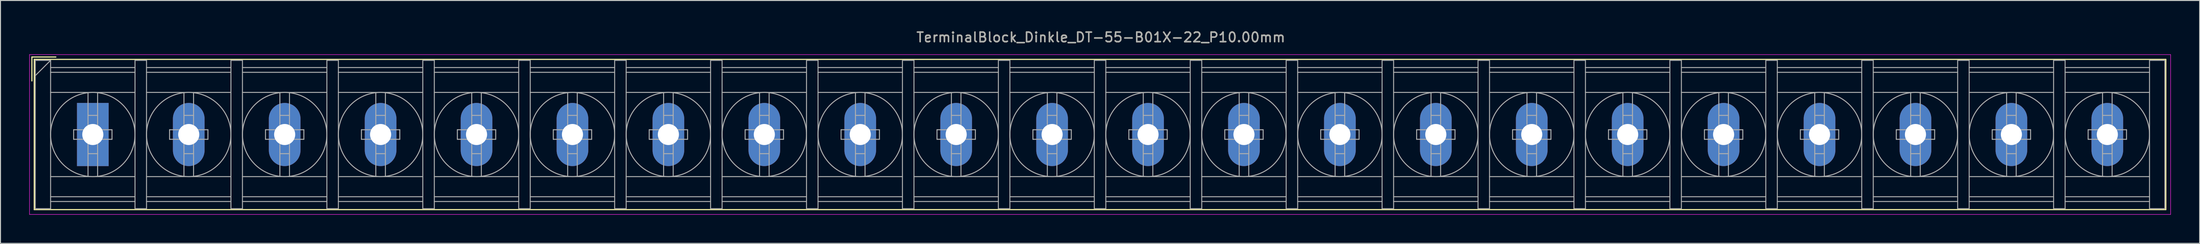
<source format=kicad_pcb>
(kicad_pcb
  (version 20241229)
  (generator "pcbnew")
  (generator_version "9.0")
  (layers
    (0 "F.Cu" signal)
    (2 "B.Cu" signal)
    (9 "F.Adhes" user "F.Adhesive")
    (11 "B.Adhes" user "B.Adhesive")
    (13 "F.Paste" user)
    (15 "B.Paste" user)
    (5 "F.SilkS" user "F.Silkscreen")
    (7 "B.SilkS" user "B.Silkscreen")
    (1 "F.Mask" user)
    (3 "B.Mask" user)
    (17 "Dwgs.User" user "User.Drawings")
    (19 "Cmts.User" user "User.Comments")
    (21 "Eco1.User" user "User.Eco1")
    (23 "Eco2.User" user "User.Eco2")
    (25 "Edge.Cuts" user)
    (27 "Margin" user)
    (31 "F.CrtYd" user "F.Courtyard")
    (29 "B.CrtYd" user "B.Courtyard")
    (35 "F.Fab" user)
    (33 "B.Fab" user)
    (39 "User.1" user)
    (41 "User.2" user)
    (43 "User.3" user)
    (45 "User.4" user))
  (footprint "TerminalBlock_Dinkle_DT-55-B01X-22_P10.00mm"
    (layer "F.Cu")
    (at 6.625 11.008)
    (property "Reference" "TerminalBlock_Dinkle_DT-55-B01X-22_P10.00mm" (at 105.08 -10.16 0) (layer "F.SilkS") (effects (font (size 1 1) (thickness 0.15))))
    (attr through_hole)
    (fp_line (start -6.35 -8.1) (end -3.85 -8.1) (stroke (width 0.12) (type solid)) (layer "F.SilkS"))
    (fp_line (start -6.35 -5.6) (end -6.35 -8.1) (stroke (width 0.12) (type solid)) (layer "F.SilkS"))
    (fp_line (start -6.1 -7.85) (end 216.1 -7.85) (stroke (width 0.12) (type solid)) (layer "F.SilkS"))
    (fp_line (start -6.1 7.85) (end -6.1 -7.85) (stroke (width 0.12) (type solid)) (layer "F.SilkS"))
    (fp_line (start -6.1 7.85) (end 216.1 7.85) (stroke (width 0.12) (type solid)) (layer "F.SilkS"))
    (fp_line (start 216.1 -7.85) (end 216.1 7.85) (stroke (width 0.12) (type solid)) (layer "F.SilkS"))
    (fp_line (start -6.6 -8.35) (end 216.6 -8.35) (stroke (width 0.05) (type solid)) (layer "F.CrtYd"))
    (fp_line (start -6.6 8.35) (end -6.6 -8.35) (stroke (width 0.05) (type solid)) (layer "F.CrtYd"))
    (fp_line (start -6.6 8.35) (end 216.6 8.35) (stroke (width 0.05) (type solid)) (layer "F.CrtYd"))
    (fp_line (start 216.6 -8.35) (end 216.6 8.35) (stroke (width 0.05) (type solid)) (layer "F.CrtYd"))
    (fp_line (start -6 -7.75) (end -6 7.75) (stroke (width 0.1) (type solid)) (layer "F.Fab"))
    (fp_line (start -6 -7.75) (end -4.4 -7.75) (stroke (width 0.1) (type solid)) (layer "F.Fab"))
    (fp_line (start -6 7.75) (end -4.4 7.75) (stroke (width 0.1) (type solid)) (layer "F.Fab"))
    (fp_line (start -4.4 -7.75) (end -6 -6.15) (stroke (width 0.1) (type solid)) (layer "F.Fab"))
    (fp_line (start -4.4 -7.75) (end -4.4 7.75) (stroke (width 0.1) (type solid)) (layer "F.Fab"))
    (fp_line (start -4.4 -7) (end 4.4 -7) (stroke (width 0.1) (type solid)) (layer "F.Fab"))
    (fp_line (start -4.4 -6.5) (end 4.4 -6.5) (stroke (width 0.1) (type solid)) (layer "F.Fab"))
    (fp_line (start -4.4 -4.4) (end 4.4 -4.4) (stroke (width 0.1) (type solid)) (layer "F.Fab"))
    (fp_line (start -4.4 4.4) (end 4.4 4.4) (stroke (width 0.1) (type solid)) (layer "F.Fab"))
    (fp_line (start -4.4 6.5) (end 4.4 6.5) (stroke (width 0.1) (type solid)) (layer "F.Fab"))
    (fp_line (start -4.4 7) (end 4.4 7) (stroke (width 0.1) (type solid)) (layer "F.Fab"))
    (fp_line (start -2 -0.5) (end -2 0.5) (stroke (width 0.1) (type solid)) (layer "F.Fab"))
    (fp_line (start -2 0.5) (end -0.5 0.5) (stroke (width 0.1) (type solid)) (layer "F.Fab"))
    (fp_line (start -0.5 -4.35) (end -0.5 -0.5) (stroke (width 0.1) (type solid)) (layer "F.Fab"))
    (fp_line (start -0.5 -2) (end 0.5 -2) (stroke (width 0.1) (type solid)) (layer "F.Fab"))
    (fp_line (start -0.5 -0.5) (end -2 -0.5) (stroke (width 0.1) (type solid)) (layer "F.Fab"))
    (fp_line (start -0.5 0.5) (end -0.5 4.35) (stroke (width 0.1) (type solid)) (layer "F.Fab"))
    (fp_line (start -0.5 2) (end 0.5 2) (stroke (width 0.1) (type solid)) (layer "F.Fab"))
    (fp_line (start 0.5 -4.35) (end 0.5 -0.5) (stroke (width 0.1) (type solid)) (layer "F.Fab"))
    (fp_line (start 0.5 -0.5) (end 2 -0.5) (stroke (width 0.1) (type solid)) (layer "F.Fab"))
    (fp_line (start 0.5 0.5) (end 0.5 4.35) (stroke (width 0.1) (type solid)) (layer "F.Fab"))
    (fp_line (start 2 -0.5) (end 2 0.5) (stroke (width 0.1) (type solid)) (layer "F.Fab"))
    (fp_line (start 2 0.5) (end 0.5 0.5) (stroke (width 0.1) (type solid)) (layer "F.Fab"))
    (fp_line (start 4.4 -7.75) (end 4.4 7.75) (stroke (width 0.1) (type solid)) (layer "F.Fab"))
    (fp_line (start 4.4 -7.75) (end 5.6 -7.75) (stroke (width 0.1) (type solid)) (layer "F.Fab"))
    (fp_line (start 4.4 7.75) (end 5.6 7.75) (stroke (width 0.1) (type solid)) (layer "F.Fab"))
    (fp_line (start 5.6 -7.75) (end 5.6 7.75) (stroke (width 0.1) (type solid)) (layer "F.Fab"))
    (fp_line (start 5.6 -7) (end 14.4 -7) (stroke (width 0.1) (type solid)) (layer "F.Fab"))
    (fp_line (start 5.6 -6.5) (end 14.4 -6.5) (stroke (width 0.1) (type solid)) (layer "F.Fab"))
    (fp_line (start 5.6 -4.4) (end 14.4 -4.4) (stroke (width 0.1) (type solid)) (layer "F.Fab"))
    (fp_line (start 5.6 4.4) (end 14.4 4.4) (stroke (width 0.1) (type solid)) (layer "F.Fab"))
    (fp_line (start 5.6 6.5) (end 14.4 6.5) (stroke (width 0.1) (type solid)) (layer "F.Fab"))
    (fp_line (start 5.6 7) (end 14.4 7) (stroke (width 0.1) (type solid)) (layer "F.Fab"))
    (fp_line (start 8 -0.5) (end 8 0.5) (stroke (width 0.1) (type solid)) (layer "F.Fab"))
    (fp_line (start 8 0.5) (end 9.5 0.5) (stroke (width 0.1) (type solid)) (layer "F.Fab"))
    (fp_line (start 9.5 -4.35) (end 9.5 -0.5) (stroke (width 0.1) (type solid)) (layer "F.Fab"))
    (fp_line (start 9.5 -2) (end 10.5 -2) (stroke (width 0.1) (type solid)) (layer "F.Fab"))
    (fp_line (start 9.5 -0.5) (end 8 -0.5) (stroke (width 0.1) (type solid)) (layer "F.Fab"))
    (fp_line (start 9.5 0.5) (end 9.5 4.35) (stroke (width 0.1) (type solid)) (layer "F.Fab"))
    (fp_line (start 9.5 2) (end 10.5 2) (stroke (width 0.1) (type solid)) (layer "F.Fab"))
    (fp_line (start 10.5 -4.35) (end 10.5 -0.5) (stroke (width 0.1) (type solid)) (layer "F.Fab"))
    (fp_line (start 10.5 -0.5) (end 12 -0.5) (stroke (width 0.1) (type solid)) (layer "F.Fab"))
    (fp_line (start 10.5 0.5) (end 10.5 4.35) (stroke (width 0.1) (type solid)) (layer "F.Fab"))
    (fp_line (start 12 -0.5) (end 12 0.5) (stroke (width 0.1) (type solid)) (layer "F.Fab"))
    (fp_line (start 12 0.5) (end 10.5 0.5) (stroke (width 0.1) (type solid)) (layer "F.Fab"))
    (fp_line (start 14.4 -7.75) (end 14.4 7.75) (stroke (width 0.1) (type solid)) (layer "F.Fab"))
    (fp_line (start 14.4 -7.75) (end 15.6 -7.75) (stroke (width 0.1) (type solid)) (layer "F.Fab"))
    (fp_line (start 14.4 7.75) (end 15.6 7.75) (stroke (width 0.1) (type solid)) (layer "F.Fab"))
    (fp_line (start 15.6 -7.75) (end 15.6 7.75) (stroke (width 0.1) (type solid)) (layer "F.Fab"))
    (fp_line (start 15.6 -7) (end 24.4 -7) (stroke (width 0.1) (type solid)) (layer "F.Fab"))
    (fp_line (start 15.6 -6.5) (end 24.4 -6.5) (stroke (width 0.1) (type solid)) (layer "F.Fab"))
    (fp_line (start 15.6 -4.4) (end 24.4 -4.4) (stroke (width 0.1) (type solid)) (layer "F.Fab"))
    (fp_line (start 15.6 4.4) (end 24.4 4.4) (stroke (width 0.1) (type solid)) (layer "F.Fab"))
    (fp_line (start 15.6 6.5) (end 24.4 6.5) (stroke (width 0.1) (type solid)) (layer "F.Fab"))
    (fp_line (start 15.6 7) (end 24.4 7) (stroke (width 0.1) (type solid)) (layer "F.Fab"))
    (fp_line (start 18 -0.5) (end 18 0.5) (stroke (width 0.1) (type solid)) (layer "F.Fab"))
    (fp_line (start 18 0.5) (end 19.5 0.5) (stroke (width 0.1) (type solid)) (layer "F.Fab"))
    (fp_line (start 19.5 -4.35) (end 19.5 -0.5) (stroke (width 0.1) (type solid)) (layer "F.Fab"))
    (fp_line (start 19.5 -2) (end 20.5 -2) (stroke (width 0.1) (type solid)) (layer "F.Fab"))
    (fp_line (start 19.5 -0.5) (end 18 -0.5) (stroke (width 0.1) (type solid)) (layer "F.Fab"))
    (fp_line (start 19.5 0.5) (end 19.5 4.35) (stroke (width 0.1) (type solid)) (layer "F.Fab"))
    (fp_line (start 19.5 2) (end 20.5 2) (stroke (width 0.1) (type solid)) (layer "F.Fab"))
    (fp_line (start 20.5 -4.35) (end 20.5 -0.5) (stroke (width 0.1) (type solid)) (layer "F.Fab"))
    (fp_line (start 20.5 -0.5) (end 22 -0.5) (stroke (width 0.1) (type solid)) (layer "F.Fab"))
    (fp_line (start 20.5 0.5) (end 20.5 4.35) (stroke (width 0.1) (type solid)) (layer "F.Fab"))
    (fp_line (start 22 -0.5) (end 22 0.5) (stroke (width 0.1) (type solid)) (layer "F.Fab"))
    (fp_line (start 22 0.5) (end 20.5 0.5) (stroke (width 0.1) (type solid)) (layer "F.Fab"))
    (fp_line (start 24.4 -7.75) (end 24.4 7.75) (stroke (width 0.1) (type solid)) (layer "F.Fab"))
    (fp_line (start 24.4 -7.75) (end 25.6 -7.75) (stroke (width 0.1) (type solid)) (layer "F.Fab"))
    (fp_line (start 24.4 7.75) (end 25.6 7.75) (stroke (width 0.1) (type solid)) (layer "F.Fab"))
    (fp_line (start 25.6 -7.75) (end 25.6 7.75) (stroke (width 0.1) (type solid)) (layer "F.Fab"))
    (fp_line (start 25.6 -7) (end 34.4 -7) (stroke (width 0.1) (type solid)) (layer "F.Fab"))
    (fp_line (start 25.6 -6.5) (end 34.4 -6.5) (stroke (width 0.1) (type solid)) (layer "F.Fab"))
    (fp_line (start 25.6 -4.4) (end 34.4 -4.4) (stroke (width 0.1) (type solid)) (layer "F.Fab"))
    (fp_line (start 25.6 4.4) (end 34.4 4.4) (stroke (width 0.1) (type solid)) (layer "F.Fab"))
    (fp_line (start 25.6 6.5) (end 34.4 6.5) (stroke (width 0.1) (type solid)) (layer "F.Fab"))
    (fp_line (start 25.6 7) (end 34.4 7) (stroke (width 0.1) (type solid)) (layer "F.Fab"))
    (fp_line (start 28 -0.5) (end 28 0.5) (stroke (width 0.1) (type solid)) (layer "F.Fab"))
    (fp_line (start 28 0.5) (end 29.5 0.5) (stroke (width 0.1) (type solid)) (layer "F.Fab"))
    (fp_line (start 29.5 -4.35) (end 29.5 -0.5) (stroke (width 0.1) (type solid)) (layer "F.Fab"))
    (fp_line (start 29.5 -2) (end 30.5 -2) (stroke (width 0.1) (type solid)) (layer "F.Fab"))
    (fp_line (start 29.5 -0.5) (end 28 -0.5) (stroke (width 0.1) (type solid)) (layer "F.Fab"))
    (fp_line (start 29.5 0.5) (end 29.5 4.35) (stroke (width 0.1) (type solid)) (layer "F.Fab"))
    (fp_line (start 29.5 2) (end 30.5 2) (stroke (width 0.1) (type solid)) (layer "F.Fab"))
    (fp_line (start 30.5 -4.35) (end 30.5 -0.5) (stroke (width 0.1) (type solid)) (layer "F.Fab"))
    (fp_line (start 30.5 -0.5) (end 32 -0.5) (stroke (width 0.1) (type solid)) (layer "F.Fab"))
    (fp_line (start 30.5 0.5) (end 30.5 4.35) (stroke (width 0.1) (type solid)) (layer "F.Fab"))
    (fp_line (start 32 -0.5) (end 32 0.5) (stroke (width 0.1) (type solid)) (layer "F.Fab"))
    (fp_line (start 32 0.5) (end 30.5 0.5) (stroke (width 0.1) (type solid)) (layer "F.Fab"))
    (fp_line (start 34.4 -7.75) (end 34.4 7.75) (stroke (width 0.1) (type solid)) (layer "F.Fab"))
    (fp_line (start 34.4 -7.75) (end 35.6 -7.75) (stroke (width 0.1) (type solid)) (layer "F.Fab"))
    (fp_line (start 34.4 7.75) (end 35.6 7.75) (stroke (width 0.1) (type solid)) (layer "F.Fab"))
    (fp_line (start 35.6 -7.75) (end 35.6 7.75) (stroke (width 0.1) (type solid)) (layer "F.Fab"))
    (fp_line (start 35.6 -7) (end 44.4 -7) (stroke (width 0.1) (type solid)) (layer "F.Fab"))
    (fp_line (start 35.6 -6.5) (end 44.4 -6.5) (stroke (width 0.1) (type solid)) (layer "F.Fab"))
    (fp_line (start 35.6 -4.4) (end 44.4 -4.4) (stroke (width 0.1) (type solid)) (layer "F.Fab"))
    (fp_line (start 35.6 4.4) (end 44.4 4.4) (stroke (width 0.1) (type solid)) (layer "F.Fab"))
    (fp_line (start 35.6 6.5) (end 44.4 6.5) (stroke (width 0.1) (type solid)) (layer "F.Fab"))
    (fp_line (start 35.6 7) (end 44.4 7) (stroke (width 0.1) (type solid)) (layer "F.Fab"))
    (fp_line (start 38 -0.5) (end 38 0.5) (stroke (width 0.1) (type solid)) (layer "F.Fab"))
    (fp_line (start 38 0.5) (end 39.5 0.5) (stroke (width 0.1) (type solid)) (layer "F.Fab"))
    (fp_line (start 39.5 -4.35) (end 39.5 -0.5) (stroke (width 0.1) (type solid)) (layer "F.Fab"))
    (fp_line (start 39.5 -2) (end 40.5 -2) (stroke (width 0.1) (type solid)) (layer "F.Fab"))
    (fp_line (start 39.5 -0.5) (end 38 -0.5) (stroke (width 0.1) (type solid)) (layer "F.Fab"))
    (fp_line (start 39.5 0.5) (end 39.5 4.35) (stroke (width 0.1) (type solid)) (layer "F.Fab"))
    (fp_line (start 39.5 2) (end 40.5 2) (stroke (width 0.1) (type solid)) (layer "F.Fab"))
    (fp_line (start 40.5 -4.35) (end 40.5 -0.5) (stroke (width 0.1) (type solid)) (layer "F.Fab"))
    (fp_line (start 40.5 -0.5) (end 42 -0.5) (stroke (width 0.1) (type solid)) (layer "F.Fab"))
    (fp_line (start 40.5 0.5) (end 40.5 4.35) (stroke (width 0.1) (type solid)) (layer "F.Fab"))
    (fp_line (start 42 -0.5) (end 42 0.5) (stroke (width 0.1) (type solid)) (layer "F.Fab"))
    (fp_line (start 42 0.5) (end 40.5 0.5) (stroke (width 0.1) (type solid)) (layer "F.Fab"))
    (fp_line (start 44.4 -7.75) (end 44.4 7.75) (stroke (width 0.1) (type solid)) (layer "F.Fab"))
    (fp_line (start 44.4 -7.75) (end 45.6 -7.75) (stroke (width 0.1) (type solid)) (layer "F.Fab"))
    (fp_line (start 44.4 7.75) (end 45.6 7.75) (stroke (width 0.1) (type solid)) (layer "F.Fab"))
    (fp_line (start 45.6 -7.75) (end 45.6 7.75) (stroke (width 0.1) (type solid)) (layer "F.Fab"))
    (fp_line (start 45.6 -7) (end 54.4 -7) (stroke (width 0.1) (type solid)) (layer "F.Fab"))
    (fp_line (start 45.6 -6.5) (end 54.4 -6.5) (stroke (width 0.1) (type solid)) (layer "F.Fab"))
    (fp_line (start 45.6 -4.4) (end 54.4 -4.4) (stroke (width 0.1) (type solid)) (layer "F.Fab"))
    (fp_line (start 45.6 4.4) (end 54.4 4.4) (stroke (width 0.1) (type solid)) (layer "F.Fab"))
    (fp_line (start 45.6 6.5) (end 54.4 6.5) (stroke (width 0.1) (type solid)) (layer "F.Fab"))
    (fp_line (start 45.6 7) (end 54.4 7) (stroke (width 0.1) (type solid)) (layer "F.Fab"))
    (fp_line (start 48 -0.5) (end 48 0.5) (stroke (width 0.1) (type solid)) (layer "F.Fab"))
    (fp_line (start 48 0.5) (end 49.5 0.5) (stroke (width 0.1) (type solid)) (layer "F.Fab"))
    (fp_line (start 49.5 -4.35) (end 49.5 -0.5) (stroke (width 0.1) (type solid)) (layer "F.Fab"))
    (fp_line (start 49.5 -2) (end 50.5 -2) (stroke (width 0.1) (type solid)) (layer "F.Fab"))
    (fp_line (start 49.5 -0.5) (end 48 -0.5) (stroke (width 0.1) (type solid)) (layer "F.Fab"))
    (fp_line (start 49.5 0.5) (end 49.5 4.35) (stroke (width 0.1) (type solid)) (layer "F.Fab"))
    (fp_line (start 49.5 2) (end 50.5 2) (stroke (width 0.1) (type solid)) (layer "F.Fab"))
    (fp_line (start 50.5 -4.35) (end 50.5 -0.5) (stroke (width 0.1) (type solid)) (layer "F.Fab"))
    (fp_line (start 50.5 -0.5) (end 52 -0.5) (stroke (width 0.1) (type solid)) (layer "F.Fab"))
    (fp_line (start 50.5 0.5) (end 50.5 4.35) (stroke (width 0.1) (type solid)) (layer "F.Fab"))
    (fp_line (start 52 -0.5) (end 52 0.5) (stroke (width 0.1) (type solid)) (layer "F.Fab"))
    (fp_line (start 52 0.5) (end 50.5 0.5) (stroke (width 0.1) (type solid)) (layer "F.Fab"))
    (fp_line (start 54.4 -7.75) (end 54.4 7.75) (stroke (width 0.1) (type solid)) (layer "F.Fab"))
    (fp_line (start 54.4 -7.75) (end 55.6 -7.75) (stroke (width 0.1) (type solid)) (layer "F.Fab"))
    (fp_line (start 54.4 7.75) (end 55.6 7.75) (stroke (width 0.1) (type solid)) (layer "F.Fab"))
    (fp_line (start 55.6 -7.75) (end 55.6 7.75) (stroke (width 0.1) (type solid)) (layer "F.Fab"))
    (fp_line (start 55.6 -7) (end 64.4 -7) (stroke (width 0.1) (type solid)) (layer "F.Fab"))
    (fp_line (start 55.6 -6.5) (end 64.4 -6.5) (stroke (width 0.1) (type solid)) (layer "F.Fab"))
    (fp_line (start 55.6 -4.4) (end 64.4 -4.4) (stroke (width 0.1) (type solid)) (layer "F.Fab"))
    (fp_line (start 55.6 4.4) (end 64.4 4.4) (stroke (width 0.1) (type solid)) (layer "F.Fab"))
    (fp_line (start 55.6 6.5) (end 64.4 6.5) (stroke (width 0.1) (type solid)) (layer "F.Fab"))
    (fp_line (start 55.6 7) (end 64.4 7) (stroke (width 0.1) (type solid)) (layer "F.Fab"))
    (fp_line (start 58 -0.5) (end 58 0.5) (stroke (width 0.1) (type solid)) (layer "F.Fab"))
    (fp_line (start 58 0.5) (end 59.5 0.5) (stroke (width 0.1) (type solid)) (layer "F.Fab"))
    (fp_line (start 59.5 -4.35) (end 59.5 -0.5) (stroke (width 0.1) (type solid)) (layer "F.Fab"))
    (fp_line (start 59.5 -2) (end 60.5 -2) (stroke (width 0.1) (type solid)) (layer "F.Fab"))
    (fp_line (start 59.5 -0.5) (end 58 -0.5) (stroke (width 0.1) (type solid)) (layer "F.Fab"))
    (fp_line (start 59.5 0.5) (end 59.5 4.35) (stroke (width 0.1) (type solid)) (layer "F.Fab"))
    (fp_line (start 59.5 2) (end 60.5 2) (stroke (width 0.1) (type solid)) (layer "F.Fab"))
    (fp_line (start 60.5 -4.35) (end 60.5 -0.5) (stroke (width 0.1) (type solid)) (layer "F.Fab"))
    (fp_line (start 60.5 -0.5) (end 62 -0.5) (stroke (width 0.1) (type solid)) (layer "F.Fab"))
    (fp_line (start 60.5 0.5) (end 60.5 4.35) (stroke (width 0.1) (type solid)) (layer "F.Fab"))
    (fp_line (start 62 -0.5) (end 62 0.5) (stroke (width 0.1) (type solid)) (layer "F.Fab"))
    (fp_line (start 62 0.5) (end 60.5 0.5) (stroke (width 0.1) (type solid)) (layer "F.Fab"))
    (fp_line (start 64.4 -7.75) (end 64.4 7.75) (stroke (width 0.1) (type solid)) (layer "F.Fab"))
    (fp_line (start 64.4 -7.75) (end 65.6 -7.75) (stroke (width 0.1) (type solid)) (layer "F.Fab"))
    (fp_line (start 64.4 7.75) (end 65.6 7.75) (stroke (width 0.1) (type solid)) (layer "F.Fab"))
    (fp_line (start 65.6 -7.75) (end 65.6 7.75) (stroke (width 0.1) (type solid)) (layer "F.Fab"))
    (fp_line (start 65.6 -7) (end 74.4 -7) (stroke (width 0.1) (type solid)) (layer "F.Fab"))
    (fp_line (start 65.6 -6.5) (end 74.4 -6.5) (stroke (width 0.1) (type solid)) (layer "F.Fab"))
    (fp_line (start 65.6 -4.4) (end 74.4 -4.4) (stroke (width 0.1) (type solid)) (layer "F.Fab"))
    (fp_line (start 65.6 4.4) (end 74.4 4.4) (stroke (width 0.1) (type solid)) (layer "F.Fab"))
    (fp_line (start 65.6 6.5) (end 74.4 6.5) (stroke (width 0.1) (type solid)) (layer "F.Fab"))
    (fp_line (start 65.6 7) (end 74.4 7) (stroke (width 0.1) (type solid)) (layer "F.Fab"))
    (fp_line (start 68 -0.5) (end 68 0.5) (stroke (width 0.1) (type solid)) (layer "F.Fab"))
    (fp_line (start 68 0.5) (end 69.5 0.5) (stroke (width 0.1) (type solid)) (layer "F.Fab"))
    (fp_line (start 69.5 -4.35) (end 69.5 -0.5) (stroke (width 0.1) (type solid)) (layer "F.Fab"))
    (fp_line (start 69.5 -2) (end 70.5 -2) (stroke (width 0.1) (type solid)) (layer "F.Fab"))
    (fp_line (start 69.5 -0.5) (end 68 -0.5) (stroke (width 0.1) (type solid)) (layer "F.Fab"))
    (fp_line (start 69.5 0.5) (end 69.5 4.35) (stroke (width 0.1) (type solid)) (layer "F.Fab"))
    (fp_line (start 69.5 2) (end 70.5 2) (stroke (width 0.1) (type solid)) (layer "F.Fab"))
    (fp_line (start 70.5 -4.35) (end 70.5 -0.5) (stroke (width 0.1) (type solid)) (layer "F.Fab"))
    (fp_line (start 70.5 -0.5) (end 72 -0.5) (stroke (width 0.1) (type solid)) (layer "F.Fab"))
    (fp_line (start 70.5 0.5) (end 70.5 4.35) (stroke (width 0.1) (type solid)) (layer "F.Fab"))
    (fp_line (start 72 -0.5) (end 72 0.5) (stroke (width 0.1) (type solid)) (layer "F.Fab"))
    (fp_line (start 72 0.5) (end 70.5 0.5) (stroke (width 0.1) (type solid)) (layer "F.Fab"))
    (fp_line (start 74.4 -7.75) (end 74.4 7.75) (stroke (width 0.1) (type solid)) (layer "F.Fab"))
    (fp_line (start 74.4 -7.75) (end 75.6 -7.75) (stroke (width 0.1) (type solid)) (layer "F.Fab"))
    (fp_line (start 74.4 7.75) (end 75.6 7.75) (stroke (width 0.1) (type solid)) (layer "F.Fab"))
    (fp_line (start 75.6 -7.75) (end 75.6 7.75) (stroke (width 0.1) (type solid)) (layer "F.Fab"))
    (fp_line (start 75.6 -7) (end 84.4 -7) (stroke (width 0.1) (type solid)) (layer "F.Fab"))
    (fp_line (start 75.6 -6.5) (end 84.4 -6.5) (stroke (width 0.1) (type solid)) (layer "F.Fab"))
    (fp_line (start 75.6 -4.4) (end 84.4 -4.4) (stroke (width 0.1) (type solid)) (layer "F.Fab"))
    (fp_line (start 75.6 4.4) (end 84.4 4.4) (stroke (width 0.1) (type solid)) (layer "F.Fab"))
    (fp_line (start 75.6 6.5) (end 84.4 6.5) (stroke (width 0.1) (type solid)) (layer "F.Fab"))
    (fp_line (start 75.6 7) (end 84.4 7) (stroke (width 0.1) (type solid)) (layer "F.Fab"))
    (fp_line (start 78 -0.5) (end 78 0.5) (stroke (width 0.1) (type solid)) (layer "F.Fab"))
    (fp_line (start 78 0.5) (end 79.5 0.5) (stroke (width 0.1) (type solid)) (layer "F.Fab"))
    (fp_line (start 79.5 -4.35) (end 79.5 -0.5) (stroke (width 0.1) (type solid)) (layer "F.Fab"))
    (fp_line (start 79.5 -2) (end 80.5 -2) (stroke (width 0.1) (type solid)) (layer "F.Fab"))
    (fp_line (start 79.5 -0.5) (end 78 -0.5) (stroke (width 0.1) (type solid)) (layer "F.Fab"))
    (fp_line (start 79.5 0.5) (end 79.5 4.35) (stroke (width 0.1) (type solid)) (layer "F.Fab"))
    (fp_line (start 79.5 2) (end 80.5 2) (stroke (width 0.1) (type solid)) (layer "F.Fab"))
    (fp_line (start 80.5 -4.35) (end 80.5 -0.5) (stroke (width 0.1) (type solid)) (layer "F.Fab"))
    (fp_line (start 80.5 -0.5) (end 82 -0.5) (stroke (width 0.1) (type solid)) (layer "F.Fab"))
    (fp_line (start 80.5 0.5) (end 80.5 4.35) (stroke (width 0.1) (type solid)) (layer "F.Fab"))
    (fp_line (start 82 -0.5) (end 82 0.5) (stroke (width 0.1) (type solid)) (layer "F.Fab"))
    (fp_line (start 82 0.5) (end 80.5 0.5) (stroke (width 0.1) (type solid)) (layer "F.Fab"))
    (fp_line (start 84.4 -7.75) (end 84.4 7.75) (stroke (width 0.1) (type solid)) (layer "F.Fab"))
    (fp_line (start 84.4 -7.75) (end 85.6 -7.75) (stroke (width 0.1) (type solid)) (layer "F.Fab"))
    (fp_line (start 84.4 7.75) (end 85.6 7.75) (stroke (width 0.1) (type solid)) (layer "F.Fab"))
    (fp_line (start 85.6 -7.75) (end 85.6 7.75) (stroke (width 0.1) (type solid)) (layer "F.Fab"))
    (fp_line (start 85.6 -7) (end 94.4 -7) (stroke (width 0.1) (type solid)) (layer "F.Fab"))
    (fp_line (start 85.6 -6.5) (end 94.4 -6.5) (stroke (width 0.1) (type solid)) (layer "F.Fab"))
    (fp_line (start 85.6 -4.4) (end 94.4 -4.4) (stroke (width 0.1) (type solid)) (layer "F.Fab"))
    (fp_line (start 85.6 4.4) (end 94.4 4.4) (stroke (width 0.1) (type solid)) (layer "F.Fab"))
    (fp_line (start 85.6 6.5) (end 94.4 6.5) (stroke (width 0.1) (type solid)) (layer "F.Fab"))
    (fp_line (start 85.6 7) (end 94.4 7) (stroke (width 0.1) (type solid)) (layer "F.Fab"))
    (fp_line (start 88 -0.5) (end 88 0.5) (stroke (width 0.1) (type solid)) (layer "F.Fab"))
    (fp_line (start 88 0.5) (end 89.5 0.5) (stroke (width 0.1) (type solid)) (layer "F.Fab"))
    (fp_line (start 89.5 -4.35) (end 89.5 -0.5) (stroke (width 0.1) (type solid)) (layer "F.Fab"))
    (fp_line (start 89.5 -2) (end 90.5 -2) (stroke (width 0.1) (type solid)) (layer "F.Fab"))
    (fp_line (start 89.5 -0.5) (end 88 -0.5) (stroke (width 0.1) (type solid)) (layer "F.Fab"))
    (fp_line (start 89.5 0.5) (end 89.5 4.35) (stroke (width 0.1) (type solid)) (layer "F.Fab"))
    (fp_line (start 89.5 2) (end 90.5 2) (stroke (width 0.1) (type solid)) (layer "F.Fab"))
    (fp_line (start 90.5 -4.35) (end 90.5 -0.5) (stroke (width 0.1) (type solid)) (layer "F.Fab"))
    (fp_line (start 90.5 -0.5) (end 92 -0.5) (stroke (width 0.1) (type solid)) (layer "F.Fab"))
    (fp_line (start 90.5 0.5) (end 90.5 4.35) (stroke (width 0.1) (type solid)) (layer "F.Fab"))
    (fp_line (start 92 -0.5) (end 92 0.5) (stroke (width 0.1) (type solid)) (layer "F.Fab"))
    (fp_line (start 92 0.5) (end 90.5 0.5) (stroke (width 0.1) (type solid)) (layer "F.Fab"))
    (fp_line (start 94.4 -7.75) (end 94.4 7.75) (stroke (width 0.1) (type solid)) (layer "F.Fab"))
    (fp_line (start 94.4 -7.75) (end 95.6 -7.75) (stroke (width 0.1) (type solid)) (layer "F.Fab"))
    (fp_line (start 94.4 7.75) (end 95.6 7.75) (stroke (width 0.1) (type solid)) (layer "F.Fab"))
    (fp_line (start 95.6 -7.75) (end 95.6 7.75) (stroke (width 0.1) (type solid)) (layer "F.Fab"))
    (fp_line (start 95.6 -7) (end 104.4 -7) (stroke (width 0.1) (type solid)) (layer "F.Fab"))
    (fp_line (start 95.6 -6.5) (end 104.4 -6.5) (stroke (width 0.1) (type solid)) (layer "F.Fab"))
    (fp_line (start 95.6 -4.4) (end 104.4 -4.4) (stroke (width 0.1) (type solid)) (layer "F.Fab"))
    (fp_line (start 95.6 4.4) (end 104.4 4.4) (stroke (width 0.1) (type solid)) (layer "F.Fab"))
    (fp_line (start 95.6 6.5) (end 104.4 6.5) (stroke (width 0.1) (type solid)) (layer "F.Fab"))
    (fp_line (start 95.6 7) (end 104.4 7) (stroke (width 0.1) (type solid)) (layer "F.Fab"))
    (fp_line (start 98 -0.5) (end 98 0.5) (stroke (width 0.1) (type solid)) (layer "F.Fab"))
    (fp_line (start 98 0.5) (end 99.5 0.5) (stroke (width 0.1) (type solid)) (layer "F.Fab"))
    (fp_line (start 99.5 -4.35) (end 99.5 -0.5) (stroke (width 0.1) (type solid)) (layer "F.Fab"))
    (fp_line (start 99.5 -2) (end 100.5 -2) (stroke (width 0.1) (type solid)) (layer "F.Fab"))
    (fp_line (start 99.5 -0.5) (end 98 -0.5) (stroke (width 0.1) (type solid)) (layer "F.Fab"))
    (fp_line (start 99.5 0.5) (end 99.5 4.35) (stroke (width 0.1) (type solid)) (layer "F.Fab"))
    (fp_line (start 99.5 2) (end 100.5 2) (stroke (width 0.1) (type solid)) (layer "F.Fab"))
    (fp_line (start 100.5 -4.35) (end 100.5 -0.5) (stroke (width 0.1) (type solid)) (layer "F.Fab"))
    (fp_line (start 100.5 -0.5) (end 102 -0.5) (stroke (width 0.1) (type solid)) (layer "F.Fab"))
    (fp_line (start 100.5 0.5) (end 100.5 4.35) (stroke (width 0.1) (type solid)) (layer "F.Fab"))
    (fp_line (start 102 -0.5) (end 102 0.5) (stroke (width 0.1) (type solid)) (layer "F.Fab"))
    (fp_line (start 102 0.5) (end 100.5 0.5) (stroke (width 0.1) (type solid)) (layer "F.Fab"))
    (fp_line (start 104.4 -7.75) (end 104.4 7.75) (stroke (width 0.1) (type solid)) (layer "F.Fab"))
    (fp_line (start 104.4 -7.75) (end 105.6 -7.75) (stroke (width 0.1) (type solid)) (layer "F.Fab"))
    (fp_line (start 104.4 7.75) (end 105.6 7.75) (stroke (width 0.1) (type solid)) (layer "F.Fab"))
    (fp_line (start 105.6 -7.75) (end 105.6 7.75) (stroke (width 0.1) (type solid)) (layer "F.Fab"))
    (fp_line (start 105.6 -7) (end 114.4 -7) (stroke (width 0.1) (type solid)) (layer "F.Fab"))
    (fp_line (start 105.6 -6.5) (end 114.4 -6.5) (stroke (width 0.1) (type solid)) (layer "F.Fab"))
    (fp_line (start 105.6 -4.4) (end 114.4 -4.4) (stroke (width 0.1) (type solid)) (layer "F.Fab"))
    (fp_line (start 105.6 4.4) (end 114.4 4.4) (stroke (width 0.1) (type solid)) (layer "F.Fab"))
    (fp_line (start 105.6 6.5) (end 114.4 6.5) (stroke (width 0.1) (type solid)) (layer "F.Fab"))
    (fp_line (start 105.6 7) (end 114.4 7) (stroke (width 0.1) (type solid)) (layer "F.Fab"))
    (fp_line (start 108 -0.5) (end 108 0.5) (stroke (width 0.1) (type solid)) (layer "F.Fab"))
    (fp_line (start 108 0.5) (end 109.5 0.5) (stroke (width 0.1) (type solid)) (layer "F.Fab"))
    (fp_line (start 109.5 -4.35) (end 109.5 -0.5) (stroke (width 0.1) (type solid)) (layer "F.Fab"))
    (fp_line (start 109.5 -2) (end 110.5 -2) (stroke (width 0.1) (type solid)) (layer "F.Fab"))
    (fp_line (start 109.5 -0.5) (end 108 -0.5) (stroke (width 0.1) (type solid)) (layer "F.Fab"))
    (fp_line (start 109.5 0.5) (end 109.5 4.35) (stroke (width 0.1) (type solid)) (layer "F.Fab"))
    (fp_line (start 109.5 2) (end 110.5 2) (stroke (width 0.1) (type solid)) (layer "F.Fab"))
    (fp_line (start 110.5 -4.35) (end 110.5 -0.5) (stroke (width 0.1) (type solid)) (layer "F.Fab"))
    (fp_line (start 110.5 -0.5) (end 112 -0.5) (stroke (width 0.1) (type solid)) (layer "F.Fab"))
    (fp_line (start 110.5 0.5) (end 110.5 4.35) (stroke (width 0.1) (type solid)) (layer "F.Fab"))
    (fp_line (start 112 -0.5) (end 112 0.5) (stroke (width 0.1) (type solid)) (layer "F.Fab"))
    (fp_line (start 112 0.5) (end 110.5 0.5) (stroke (width 0.1) (type solid)) (layer "F.Fab"))
    (fp_line (start 114.4 -7.75) (end 114.4 7.75) (stroke (width 0.1) (type solid)) (layer "F.Fab"))
    (fp_line (start 114.4 -7.75) (end 115.6 -7.75) (stroke (width 0.1) (type solid)) (layer "F.Fab"))
    (fp_line (start 114.4 7.75) (end 115.6 7.75) (stroke (width 0.1) (type solid)) (layer "F.Fab"))
    (fp_line (start 115.6 -7.75) (end 115.6 7.75) (stroke (width 0.1) (type solid)) (layer "F.Fab"))
    (fp_line (start 115.6 -7) (end 124.4 -7) (stroke (width 0.1) (type solid)) (layer "F.Fab"))
    (fp_line (start 115.6 -6.5) (end 124.4 -6.5) (stroke (width 0.1) (type solid)) (layer "F.Fab"))
    (fp_line (start 115.6 -4.4) (end 124.4 -4.4) (stroke (width 0.1) (type solid)) (layer "F.Fab"))
    (fp_line (start 115.6 4.4) (end 124.4 4.4) (stroke (width 0.1) (type solid)) (layer "F.Fab"))
    (fp_line (start 115.6 6.5) (end 124.4 6.5) (stroke (width 0.1) (type solid)) (layer "F.Fab"))
    (fp_line (start 115.6 7) (end 124.4 7) (stroke (width 0.1) (type solid)) (layer "F.Fab"))
    (fp_line (start 118 -0.5) (end 118 0.5) (stroke (width 0.1) (type solid)) (layer "F.Fab"))
    (fp_line (start 118 0.5) (end 119.5 0.5) (stroke (width 0.1) (type solid)) (layer "F.Fab"))
    (fp_line (start 119.5 -4.35) (end 119.5 -0.5) (stroke (width 0.1) (type solid)) (layer "F.Fab"))
    (fp_line (start 119.5 -2) (end 120.5 -2) (stroke (width 0.1) (type solid)) (layer "F.Fab"))
    (fp_line (start 119.5 -0.5) (end 118 -0.5) (stroke (width 0.1) (type solid)) (layer "F.Fab"))
    (fp_line (start 119.5 0.5) (end 119.5 4.35) (stroke (width 0.1) (type solid)) (layer "F.Fab"))
    (fp_line (start 119.5 2) (end 120.5 2) (stroke (width 0.1) (type solid)) (layer "F.Fab"))
    (fp_line (start 120.5 -4.35) (end 120.5 -0.5) (stroke (width 0.1) (type solid)) (layer "F.Fab"))
    (fp_line (start 120.5 -0.5) (end 122 -0.5) (stroke (width 0.1) (type solid)) (layer "F.Fab"))
    (fp_line (start 120.5 0.5) (end 120.5 4.35) (stroke (width 0.1) (type solid)) (layer "F.Fab"))
    (fp_line (start 122 -0.5) (end 122 0.5) (stroke (width 0.1) (type solid)) (layer "F.Fab"))
    (fp_line (start 122 0.5) (end 120.5 0.5) (stroke (width 0.1) (type solid)) (layer "F.Fab"))
    (fp_line (start 124.4 -7.75) (end 124.4 7.75) (stroke (width 0.1) (type solid)) (layer "F.Fab"))
    (fp_line (start 124.4 -7.75) (end 125.6 -7.75) (stroke (width 0.1) (type solid)) (layer "F.Fab"))
    (fp_line (start 124.4 7.75) (end 125.6 7.75) (stroke (width 0.1) (type solid)) (layer "F.Fab"))
    (fp_line (start 125.6 -7.75) (end 125.6 7.75) (stroke (width 0.1) (type solid)) (layer "F.Fab"))
    (fp_line (start 125.6 -7) (end 134.4 -7) (stroke (width 0.1) (type solid)) (layer "F.Fab"))
    (fp_line (start 125.6 -6.5) (end 134.4 -6.5) (stroke (width 0.1) (type solid)) (layer "F.Fab"))
    (fp_line (start 125.6 -4.4) (end 134.4 -4.4) (stroke (width 0.1) (type solid)) (layer "F.Fab"))
    (fp_line (start 125.6 4.4) (end 134.4 4.4) (stroke (width 0.1) (type solid)) (layer "F.Fab"))
    (fp_line (start 125.6 6.5) (end 134.4 6.5) (stroke (width 0.1) (type solid)) (layer "F.Fab"))
    (fp_line (start 125.6 7) (end 134.4 7) (stroke (width 0.1) (type solid)) (layer "F.Fab"))
    (fp_line (start 128 -0.5) (end 128 0.5) (stroke (width 0.1) (type solid)) (layer "F.Fab"))
    (fp_line (start 128 0.5) (end 129.5 0.5) (stroke (width 0.1) (type solid)) (layer "F.Fab"))
    (fp_line (start 129.5 -4.35) (end 129.5 -0.5) (stroke (width 0.1) (type solid)) (layer "F.Fab"))
    (fp_line (start 129.5 -2) (end 130.5 -2) (stroke (width 0.1) (type solid)) (layer "F.Fab"))
    (fp_line (start 129.5 -0.5) (end 128 -0.5) (stroke (width 0.1) (type solid)) (layer "F.Fab"))
    (fp_line (start 129.5 0.5) (end 129.5 4.35) (stroke (width 0.1) (type solid)) (layer "F.Fab"))
    (fp_line (start 129.5 2) (end 130.5 2) (stroke (width 0.1) (type solid)) (layer "F.Fab"))
    (fp_line (start 130.5 -4.35) (end 130.5 -0.5) (stroke (width 0.1) (type solid)) (layer "F.Fab"))
    (fp_line (start 130.5 -0.5) (end 132 -0.5) (stroke (width 0.1) (type solid)) (layer "F.Fab"))
    (fp_line (start 130.5 0.5) (end 130.5 4.35) (stroke (width 0.1) (type solid)) (layer "F.Fab"))
    (fp_line (start 132 -0.5) (end 132 0.5) (stroke (width 0.1) (type solid)) (layer "F.Fab"))
    (fp_line (start 132 0.5) (end 130.5 0.5) (stroke (width 0.1) (type solid)) (layer "F.Fab"))
    (fp_line (start 134.4 -7.75) (end 134.4 7.75) (stroke (width 0.1) (type solid)) (layer "F.Fab"))
    (fp_line (start 134.4 -7.75) (end 135.6 -7.75) (stroke (width 0.1) (type solid)) (layer "F.Fab"))
    (fp_line (start 134.4 7.75) (end 135.6 7.75) (stroke (width 0.1) (type solid)) (layer "F.Fab"))
    (fp_line (start 135.6 -7.75) (end 135.6 7.75) (stroke (width 0.1) (type solid)) (layer "F.Fab"))
    (fp_line (start 135.6 -7) (end 144.4 -7) (stroke (width 0.1) (type solid)) (layer "F.Fab"))
    (fp_line (start 135.6 -6.5) (end 144.4 -6.5) (stroke (width 0.1) (type solid)) (layer "F.Fab"))
    (fp_line (start 135.6 -4.4) (end 144.4 -4.4) (stroke (width 0.1) (type solid)) (layer "F.Fab"))
    (fp_line (start 135.6 4.4) (end 144.4 4.4) (stroke (width 0.1) (type solid)) (layer "F.Fab"))
    (fp_line (start 135.6 6.5) (end 144.4 6.5) (stroke (width 0.1) (type solid)) (layer "F.Fab"))
    (fp_line (start 135.6 7) (end 144.4 7) (stroke (width 0.1) (type solid)) (layer "F.Fab"))
    (fp_line (start 138 -0.5) (end 138 0.5) (stroke (width 0.1) (type solid)) (layer "F.Fab"))
    (fp_line (start 138 0.5) (end 139.5 0.5) (stroke (width 0.1) (type solid)) (layer "F.Fab"))
    (fp_line (start 139.5 -4.35) (end 139.5 -0.5) (stroke (width 0.1) (type solid)) (layer "F.Fab"))
    (fp_line (start 139.5 -2) (end 140.5 -2) (stroke (width 0.1) (type solid)) (layer "F.Fab"))
    (fp_line (start 139.5 -0.5) (end 138 -0.5) (stroke (width 0.1) (type solid)) (layer "F.Fab"))
    (fp_line (start 139.5 0.5) (end 139.5 4.35) (stroke (width 0.1) (type solid)) (layer "F.Fab"))
    (fp_line (start 139.5 2) (end 140.5 2) (stroke (width 0.1) (type solid)) (layer "F.Fab"))
    (fp_line (start 140.5 -4.35) (end 140.5 -0.5) (stroke (width 0.1) (type solid)) (layer "F.Fab"))
    (fp_line (start 140.5 -0.5) (end 142 -0.5) (stroke (width 0.1) (type solid)) (layer "F.Fab"))
    (fp_line (start 140.5 0.5) (end 140.5 4.35) (stroke (width 0.1) (type solid)) (layer "F.Fab"))
    (fp_line (start 142 -0.5) (end 142 0.5) (stroke (width 0.1) (type solid)) (layer "F.Fab"))
    (fp_line (start 142 0.5) (end 140.5 0.5) (stroke (width 0.1) (type solid)) (layer "F.Fab"))
    (fp_line (start 144.4 -7.75) (end 144.4 7.75) (stroke (width 0.1) (type solid)) (layer "F.Fab"))
    (fp_line (start 144.4 -7.75) (end 145.6 -7.75) (stroke (width 0.1) (type solid)) (layer "F.Fab"))
    (fp_line (start 144.4 7.75) (end 145.6 7.75) (stroke (width 0.1) (type solid)) (layer "F.Fab"))
    (fp_line (start 145.6 -7.75) (end 145.6 7.75) (stroke (width 0.1) (type solid)) (layer "F.Fab"))
    (fp_line (start 145.6 -7) (end 154.4 -7) (stroke (width 0.1) (type solid)) (layer "F.Fab"))
    (fp_line (start 145.6 -6.5) (end 154.4 -6.5) (stroke (width 0.1) (type solid)) (layer "F.Fab"))
    (fp_line (start 145.6 -4.4) (end 154.4 -4.4) (stroke (width 0.1) (type solid)) (layer "F.Fab"))
    (fp_line (start 145.6 4.4) (end 154.4 4.4) (stroke (width 0.1) (type solid)) (layer "F.Fab"))
    (fp_line (start 145.6 6.5) (end 154.4 6.5) (stroke (width 0.1) (type solid)) (layer "F.Fab"))
    (fp_line (start 145.6 7) (end 154.4 7) (stroke (width 0.1) (type solid)) (layer "F.Fab"))
    (fp_line (start 148 -0.5) (end 148 0.5) (stroke (width 0.1) (type solid)) (layer "F.Fab"))
    (fp_line (start 148 0.5) (end 149.5 0.5) (stroke (width 0.1) (type solid)) (layer "F.Fab"))
    (fp_line (start 149.5 -4.35) (end 149.5 -0.5) (stroke (width 0.1) (type solid)) (layer "F.Fab"))
    (fp_line (start 149.5 -2) (end 150.5 -2) (stroke (width 0.1) (type solid)) (layer "F.Fab"))
    (fp_line (start 149.5 -0.5) (end 148 -0.5) (stroke (width 0.1) (type solid)) (layer "F.Fab"))
    (fp_line (start 149.5 0.5) (end 149.5 4.35) (stroke (width 0.1) (type solid)) (layer "F.Fab"))
    (fp_line (start 149.5 2) (end 150.5 2) (stroke (width 0.1) (type solid)) (layer "F.Fab"))
    (fp_line (start 150.5 -4.35) (end 150.5 -0.5) (stroke (width 0.1) (type solid)) (layer "F.Fab"))
    (fp_line (start 150.5 -0.5) (end 152 -0.5) (stroke (width 0.1) (type solid)) (layer "F.Fab"))
    (fp_line (start 150.5 0.5) (end 150.5 4.35) (stroke (width 0.1) (type solid)) (layer "F.Fab"))
    (fp_line (start 152 -0.5) (end 152 0.5) (stroke (width 0.1) (type solid)) (layer "F.Fab"))
    (fp_line (start 152 0.5) (end 150.5 0.5) (stroke (width 0.1) (type solid)) (layer "F.Fab"))
    (fp_line (start 154.4 -7.75) (end 154.4 7.75) (stroke (width 0.1) (type solid)) (layer "F.Fab"))
    (fp_line (start 154.4 -7.75) (end 155.6 -7.75) (stroke (width 0.1) (type solid)) (layer "F.Fab"))
    (fp_line (start 154.4 7.75) (end 155.6 7.75) (stroke (width 0.1) (type solid)) (layer "F.Fab"))
    (fp_line (start 155.6 -7.75) (end 155.6 7.75) (stroke (width 0.1) (type solid)) (layer "F.Fab"))
    (fp_line (start 155.6 -7) (end 164.4 -7) (stroke (width 0.1) (type solid)) (layer "F.Fab"))
    (fp_line (start 155.6 -6.5) (end 164.4 -6.5) (stroke (width 0.1) (type solid)) (layer "F.Fab"))
    (fp_line (start 155.6 -4.4) (end 164.4 -4.4) (stroke (width 0.1) (type solid)) (layer "F.Fab"))
    (fp_line (start 155.6 4.4) (end 164.4 4.4) (stroke (width 0.1) (type solid)) (layer "F.Fab"))
    (fp_line (start 155.6 6.5) (end 164.4 6.5) (stroke (width 0.1) (type solid)) (layer "F.Fab"))
    (fp_line (start 155.6 7) (end 164.4 7) (stroke (width 0.1) (type solid)) (layer "F.Fab"))
    (fp_line (start 158 -0.5) (end 158 0.5) (stroke (width 0.1) (type solid)) (layer "F.Fab"))
    (fp_line (start 158 0.5) (end 159.5 0.5) (stroke (width 0.1) (type solid)) (layer "F.Fab"))
    (fp_line (start 159.5 -4.35) (end 159.5 -0.5) (stroke (width 0.1) (type solid)) (layer "F.Fab"))
    (fp_line (start 159.5 -2) (end 160.5 -2) (stroke (width 0.1) (type solid)) (layer "F.Fab"))
    (fp_line (start 159.5 -0.5) (end 158 -0.5) (stroke (width 0.1) (type solid)) (layer "F.Fab"))
    (fp_line (start 159.5 0.5) (end 159.5 4.35) (stroke (width 0.1) (type solid)) (layer "F.Fab"))
    (fp_line (start 159.5 2) (end 160.5 2) (stroke (width 0.1) (type solid)) (layer "F.Fab"))
    (fp_line (start 160.5 -4.35) (end 160.5 -0.5) (stroke (width 0.1) (type solid)) (layer "F.Fab"))
    (fp_line (start 160.5 -0.5) (end 162 -0.5) (stroke (width 0.1) (type solid)) (layer "F.Fab"))
    (fp_line (start 160.5 0.5) (end 160.5 4.35) (stroke (width 0.1) (type solid)) (layer "F.Fab"))
    (fp_line (start 162 -0.5) (end 162 0.5) (stroke (width 0.1) (type solid)) (layer "F.Fab"))
    (fp_line (start 162 0.5) (end 160.5 0.5) (stroke (width 0.1) (type solid)) (layer "F.Fab"))
    (fp_line (start 164.4 -7.75) (end 164.4 7.75) (stroke (width 0.1) (type solid)) (layer "F.Fab"))
    (fp_line (start 164.4 -7.75) (end 165.6 -7.75) (stroke (width 0.1) (type solid)) (layer "F.Fab"))
    (fp_line (start 164.4 7.75) (end 165.6 7.75) (stroke (width 0.1) (type solid)) (layer "F.Fab"))
    (fp_line (start 165.6 -7.75) (end 165.6 7.75) (stroke (width 0.1) (type solid)) (layer "F.Fab"))
    (fp_line (start 165.6 -7) (end 174.4 -7) (stroke (width 0.1) (type solid)) (layer "F.Fab"))
    (fp_line (start 165.6 -6.5) (end 174.4 -6.5) (stroke (width 0.1) (type solid)) (layer "F.Fab"))
    (fp_line (start 165.6 -4.4) (end 174.4 -4.4) (stroke (width 0.1) (type solid)) (layer "F.Fab"))
    (fp_line (start 165.6 4.4) (end 174.4 4.4) (stroke (width 0.1) (type solid)) (layer "F.Fab"))
    (fp_line (start 165.6 6.5) (end 174.4 6.5) (stroke (width 0.1) (type solid)) (layer "F.Fab"))
    (fp_line (start 165.6 7) (end 174.4 7) (stroke (width 0.1) (type solid)) (layer "F.Fab"))
    (fp_line (start 168 -0.5) (end 168 0.5) (stroke (width 0.1) (type solid)) (layer "F.Fab"))
    (fp_line (start 168 0.5) (end 169.5 0.5) (stroke (width 0.1) (type solid)) (layer "F.Fab"))
    (fp_line (start 169.5 -4.35) (end 169.5 -0.5) (stroke (width 0.1) (type solid)) (layer "F.Fab"))
    (fp_line (start 169.5 -2) (end 170.5 -2) (stroke (width 0.1) (type solid)) (layer "F.Fab"))
    (fp_line (start 169.5 -0.5) (end 168 -0.5) (stroke (width 0.1) (type solid)) (layer "F.Fab"))
    (fp_line (start 169.5 0.5) (end 169.5 4.35) (stroke (width 0.1) (type solid)) (layer "F.Fab"))
    (fp_line (start 169.5 2) (end 170.5 2) (stroke (width 0.1) (type solid)) (layer "F.Fab"))
    (fp_line (start 170.5 -4.35) (end 170.5 -0.5) (stroke (width 0.1) (type solid)) (layer "F.Fab"))
    (fp_line (start 170.5 -0.5) (end 172 -0.5) (stroke (width 0.1) (type solid)) (layer "F.Fab"))
    (fp_line (start 170.5 0.5) (end 170.5 4.35) (stroke (width 0.1) (type solid)) (layer "F.Fab"))
    (fp_line (start 172 -0.5) (end 172 0.5) (stroke (width 0.1) (type solid)) (layer "F.Fab"))
    (fp_line (start 172 0.5) (end 170.5 0.5) (stroke (width 0.1) (type solid)) (layer "F.Fab"))
    (fp_line (start 174.4 -7.75) (end 174.4 7.75) (stroke (width 0.1) (type solid)) (layer "F.Fab"))
    (fp_line (start 174.4 -7.75) (end 175.6 -7.75) (stroke (width 0.1) (type solid)) (layer "F.Fab"))
    (fp_line (start 174.4 7.75) (end 175.6 7.75) (stroke (width 0.1) (type solid)) (layer "F.Fab"))
    (fp_line (start 175.6 -7.75) (end 175.6 7.75) (stroke (width 0.1) (type solid)) (layer "F.Fab"))
    (fp_line (start 175.6 -7) (end 184.4 -7) (stroke (width 0.1) (type solid)) (layer "F.Fab"))
    (fp_line (start 175.6 -6.5) (end 184.4 -6.5) (stroke (width 0.1) (type solid)) (layer "F.Fab"))
    (fp_line (start 175.6 -4.4) (end 184.4 -4.4) (stroke (width 0.1) (type solid)) (layer "F.Fab"))
    (fp_line (start 175.6 4.4) (end 184.4 4.4) (stroke (width 0.1) (type solid)) (layer "F.Fab"))
    (fp_line (start 175.6 6.5) (end 184.4 6.5) (stroke (width 0.1) (type solid)) (layer "F.Fab"))
    (fp_line (start 175.6 7) (end 184.4 7) (stroke (width 0.1) (type solid)) (layer "F.Fab"))
    (fp_line (start 178 -0.5) (end 178 0.5) (stroke (width 0.1) (type solid)) (layer "F.Fab"))
    (fp_line (start 178 0.5) (end 179.5 0.5) (stroke (width 0.1) (type solid)) (layer "F.Fab"))
    (fp_line (start 179.5 -4.35) (end 179.5 -0.5) (stroke (width 0.1) (type solid)) (layer "F.Fab"))
    (fp_line (start 179.5 -2) (end 180.5 -2) (stroke (width 0.1) (type solid)) (layer "F.Fab"))
    (fp_line (start 179.5 -0.5) (end 178 -0.5) (stroke (width 0.1) (type solid)) (layer "F.Fab"))
    (fp_line (start 179.5 0.5) (end 179.5 4.35) (stroke (width 0.1) (type solid)) (layer "F.Fab"))
    (fp_line (start 179.5 2) (end 180.5 2) (stroke (width 0.1) (type solid)) (layer "F.Fab"))
    (fp_line (start 180.5 -4.35) (end 180.5 -0.5) (stroke (width 0.1) (type solid)) (layer "F.Fab"))
    (fp_line (start 180.5 -0.5) (end 182 -0.5) (stroke (width 0.1) (type solid)) (layer "F.Fab"))
    (fp_line (start 180.5 0.5) (end 180.5 4.35) (stroke (width 0.1) (type solid)) (layer "F.Fab"))
    (fp_line (start 182 -0.5) (end 182 0.5) (stroke (width 0.1) (type solid)) (layer "F.Fab"))
    (fp_line (start 182 0.5) (end 180.5 0.5) (stroke (width 0.1) (type solid)) (layer "F.Fab"))
    (fp_line (start 184.4 -7.75) (end 184.4 7.75) (stroke (width 0.1) (type solid)) (layer "F.Fab"))
    (fp_line (start 184.4 -7.75) (end 185.6 -7.75) (stroke (width 0.1) (type solid)) (layer "F.Fab"))
    (fp_line (start 184.4 7.75) (end 185.6 7.75) (stroke (width 0.1) (type solid)) (layer "F.Fab"))
    (fp_line (start 185.6 -7.75) (end 185.6 7.75) (stroke (width 0.1) (type solid)) (layer "F.Fab"))
    (fp_line (start 185.6 -7) (end 194.4 -7) (stroke (width 0.1) (type solid)) (layer "F.Fab"))
    (fp_line (start 185.6 -6.5) (end 194.4 -6.5) (stroke (width 0.1) (type solid)) (layer "F.Fab"))
    (fp_line (start 185.6 -4.4) (end 194.4 -4.4) (stroke (width 0.1) (type solid)) (layer "F.Fab"))
    (fp_line (start 185.6 4.4) (end 194.4 4.4) (stroke (width 0.1) (type solid)) (layer "F.Fab"))
    (fp_line (start 185.6 6.5) (end 194.4 6.5) (stroke (width 0.1) (type solid)) (layer "F.Fab"))
    (fp_line (start 185.6 7) (end 194.4 7) (stroke (width 0.1) (type solid)) (layer "F.Fab"))
    (fp_line (start 188 -0.5) (end 188 0.5) (stroke (width 0.1) (type solid)) (layer "F.Fab"))
    (fp_line (start 188 0.5) (end 189.5 0.5) (stroke (width 0.1) (type solid)) (layer "F.Fab"))
    (fp_line (start 189.5 -4.35) (end 189.5 -0.5) (stroke (width 0.1) (type solid)) (layer "F.Fab"))
    (fp_line (start 189.5 -2) (end 190.5 -2) (stroke (width 0.1) (type solid)) (layer "F.Fab"))
    (fp_line (start 189.5 -0.5) (end 188 -0.5) (stroke (width 0.1) (type solid)) (layer "F.Fab"))
    (fp_line (start 189.5 0.5) (end 189.5 4.35) (stroke (width 0.1) (type solid)) (layer "F.Fab"))
    (fp_line (start 189.5 2) (end 190.5 2) (stroke (width 0.1) (type solid)) (layer "F.Fab"))
    (fp_line (start 190.5 -4.35) (end 190.5 -0.5) (stroke (width 0.1) (type solid)) (layer "F.Fab"))
    (fp_line (start 190.5 -0.5) (end 192 -0.5) (stroke (width 0.1) (type solid)) (layer "F.Fab"))
    (fp_line (start 190.5 0.5) (end 190.5 4.35) (stroke (width 0.1) (type solid)) (layer "F.Fab"))
    (fp_line (start 192 -0.5) (end 192 0.5) (stroke (width 0.1) (type solid)) (layer "F.Fab"))
    (fp_line (start 192 0.5) (end 190.5 0.5) (stroke (width 0.1) (type solid)) (layer "F.Fab"))
    (fp_line (start 194.4 -7.75) (end 194.4 7.75) (stroke (width 0.1) (type solid)) (layer "F.Fab"))
    (fp_line (start 194.4 -7.75) (end 195.6 -7.75) (stroke (width 0.1) (type solid)) (layer "F.Fab"))
    (fp_line (start 194.4 7.75) (end 195.6 7.75) (stroke (width 0.1) (type solid)) (layer "F.Fab"))
    (fp_line (start 195.6 -7.75) (end 195.6 7.75) (stroke (width 0.1) (type solid)) (layer "F.Fab"))
    (fp_line (start 195.6 -7) (end 204.4 -7) (stroke (width 0.1) (type solid)) (layer "F.Fab"))
    (fp_line (start 195.6 -6.5) (end 204.4 -6.5) (stroke (width 0.1) (type solid)) (layer "F.Fab"))
    (fp_line (start 195.6 -4.4) (end 204.4 -4.4) (stroke (width 0.1) (type solid)) (layer "F.Fab"))
    (fp_line (start 195.6 4.4) (end 204.4 4.4) (stroke (width 0.1) (type solid)) (layer "F.Fab"))
    (fp_line (start 195.6 6.5) (end 204.4 6.5) (stroke (width 0.1) (type solid)) (layer "F.Fab"))
    (fp_line (start 195.6 7) (end 204.4 7) (stroke (width 0.1) (type solid)) (layer "F.Fab"))
    (fp_line (start 198 -0.5) (end 198 0.5) (stroke (width 0.1) (type solid)) (layer "F.Fab"))
    (fp_line (start 198 0.5) (end 199.5 0.5) (stroke (width 0.1) (type solid)) (layer "F.Fab"))
    (fp_line (start 199.5 -4.35) (end 199.5 -0.5) (stroke (width 0.1) (type solid)) (layer "F.Fab"))
    (fp_line (start 199.5 -2) (end 200.5 -2) (stroke (width 0.1) (type solid)) (layer "F.Fab"))
    (fp_line (start 199.5 -0.5) (end 198 -0.5) (stroke (width 0.1) (type solid)) (layer "F.Fab"))
    (fp_line (start 199.5 0.5) (end 199.5 4.35) (stroke (width 0.1) (type solid)) (layer "F.Fab"))
    (fp_line (start 199.5 2) (end 200.5 2) (stroke (width 0.1) (type solid)) (layer "F.Fab"))
    (fp_line (start 200.5 -4.35) (end 200.5 -0.5) (stroke (width 0.1) (type solid)) (layer "F.Fab"))
    (fp_line (start 200.5 -0.5) (end 202 -0.5) (stroke (width 0.1) (type solid)) (layer "F.Fab"))
    (fp_line (start 200.5 0.5) (end 200.5 4.35) (stroke (width 0.1) (type solid)) (layer "F.Fab"))
    (fp_line (start 202 -0.5) (end 202 0.5) (stroke (width 0.1) (type solid)) (layer "F.Fab"))
    (fp_line (start 202 0.5) (end 200.5 0.5) (stroke (width 0.1) (type solid)) (layer "F.Fab"))
    (fp_line (start 204.4 -7.75) (end 204.4 7.75) (stroke (width 0.1) (type solid)) (layer "F.Fab"))
    (fp_line (start 204.4 -7.75) (end 205.6 -7.75) (stroke (width 0.1) (type solid)) (layer "F.Fab"))
    (fp_line (start 204.4 7.75) (end 205.6 7.75) (stroke (width 0.1) (type solid)) (layer "F.Fab"))
    (fp_line (start 205.6 -7.75) (end 205.6 7.75) (stroke (width 0.1) (type solid)) (layer "F.Fab"))
    (fp_line (start 205.6 -7) (end 214.4 -7) (stroke (width 0.1) (type solid)) (layer "F.Fab"))
    (fp_line (start 205.6 -6.5) (end 214.4 -6.5) (stroke (width 0.1) (type solid)) (layer "F.Fab"))
    (fp_line (start 205.6 -4.4) (end 214.4 -4.4) (stroke (width 0.1) (type solid)) (layer "F.Fab"))
    (fp_line (start 205.6 4.4) (end 214.4 4.4) (stroke (width 0.1) (type solid)) (layer "F.Fab"))
    (fp_line (start 205.6 6.5) (end 214.4 6.5) (stroke (width 0.1) (type solid)) (layer "F.Fab"))
    (fp_line (start 205.6 7) (end 214.4 7) (stroke (width 0.1) (type solid)) (layer "F.Fab"))
    (fp_line (start 208 -0.5) (end 208 0.5) (stroke (width 0.1) (type solid)) (layer "F.Fab"))
    (fp_line (start 208 0.5) (end 209.5 0.5) (stroke (width 0.1) (type solid)) (layer "F.Fab"))
    (fp_line (start 209.5 -4.35) (end 209.5 -0.5) (stroke (width 0.1) (type solid)) (layer "F.Fab"))
    (fp_line (start 209.5 -2) (end 210.5 -2) (stroke (width 0.1) (type solid)) (layer "F.Fab"))
    (fp_line (start 209.5 -0.5) (end 208 -0.5) (stroke (width 0.1) (type solid)) (layer "F.Fab"))
    (fp_line (start 209.5 0.5) (end 209.5 4.35) (stroke (width 0.1) (type solid)) (layer "F.Fab"))
    (fp_line (start 209.5 2) (end 210.5 2) (stroke (width 0.1) (type solid)) (layer "F.Fab"))
    (fp_line (start 210.5 -4.35) (end 210.5 -0.5) (stroke (width 0.1) (type solid)) (layer "F.Fab"))
    (fp_line (start 210.5 -0.5) (end 212 -0.5) (stroke (width 0.1) (type solid)) (layer "F.Fab"))
    (fp_line (start 210.5 0.5) (end 210.5 4.35) (stroke (width 0.1) (type solid)) (layer "F.Fab"))
    (fp_line (start 212 -0.5) (end 212 0.5) (stroke (width 0.1) (type solid)) (layer "F.Fab"))
    (fp_line (start 212 0.5) (end 210.5 0.5) (stroke (width 0.1) (type solid)) (layer "F.Fab"))
    (fp_line (start 214.4 -7.75) (end 214.4 7.75) (stroke (width 0.1) (type solid)) (layer "F.Fab"))
    (fp_line (start 214.4 -7.75) (end 216 -7.75) (stroke (width 0.1) (type solid)) (layer "F.Fab"))
    (fp_line (start 214.4 7.75) (end 216 7.75) (stroke (width 0.1) (type solid)) (layer "F.Fab"))
    (fp_line (start 216 -7.75) (end 216 7.75) (stroke (width 0.1) (type solid)) (layer "F.Fab"))
    (fp_circle (center 0 0) (end 0.5 0.5) (stroke (width 0.1) (type solid)) (fill no) (layer "F.Fab"))
    (fp_circle (center 0 0) (end 4.4 0) (stroke (width 0.1) (type solid)) (fill no) (layer "F.Fab"))
    (fp_circle (center 10 0) (end 10.5 0.5) (stroke (width 0.1) (type solid)) (fill no) (layer "F.Fab"))
    (fp_circle (center 10 0) (end 14.4 0) (stroke (width 0.1) (type solid)) (fill no) (layer "F.Fab"))
    (fp_circle (center 20 0) (end 20.5 0.5) (stroke (width 0.1) (type solid)) (fill no) (layer "F.Fab"))
    (fp_circle (center 20 0) (end 24.4 0) (stroke (width 0.1) (type solid)) (fill no) (layer "F.Fab"))
    (fp_circle (center 30 0) (end 30.5 0.5) (stroke (width 0.1) (type solid)) (fill no) (layer "F.Fab"))
    (fp_circle (center 30 0) (end 34.4 0) (stroke (width 0.1) (type solid)) (fill no) (layer "F.Fab"))
    (fp_circle (center 40 0) (end 40.5 0.5) (stroke (width 0.1) (type solid)) (fill no) (layer "F.Fab"))
    (fp_circle (center 40 0) (end 44.4 0) (stroke (width 0.1) (type solid)) (fill no) (layer "F.Fab"))
    (fp_circle (center 50 0) (end 50.5 0.5) (stroke (width 0.1) (type solid)) (fill no) (layer "F.Fab"))
    (fp_circle (center 50 0) (end 54.4 0) (stroke (width 0.1) (type solid)) (fill no) (layer "F.Fab"))
    (fp_circle (center 60 0) (end 60.5 0.5) (stroke (width 0.1) (type solid)) (fill no) (layer "F.Fab"))
    (fp_circle (center 60 0) (end 64.4 0) (stroke (width 0.1) (type solid)) (fill no) (layer "F.Fab"))
    (fp_circle (center 70 0) (end 70.5 0.5) (stroke (width 0.1) (type solid)) (fill no) (layer "F.Fab"))
    (fp_circle (center 70 0) (end 74.4 0) (stroke (width 0.1) (type solid)) (fill no) (layer "F.Fab"))
    (fp_circle (center 80 0) (end 80.5 0.5) (stroke (width 0.1) (type solid)) (fill no) (layer "F.Fab"))
    (fp_circle (center 80 0) (end 84.4 0) (stroke (width 0.1) (type solid)) (fill no) (layer "F.Fab"))
    (fp_circle (center 90 0) (end 90.5 0.5) (stroke (width 0.1) (type solid)) (fill no) (layer "F.Fab"))
    (fp_circle (center 90 0) (end 94.4 0) (stroke (width 0.1) (type solid)) (fill no) (layer "F.Fab"))
    (fp_circle (center 100 0) (end 100.5 0.5) (stroke (width 0.1) (type solid)) (fill no) (layer "F.Fab"))
    (fp_circle (center 100 0) (end 104.4 0) (stroke (width 0.1) (type solid)) (fill no) (layer "F.Fab"))
    (fp_circle (center 110 0) (end 110.5 0.5) (stroke (width 0.1) (type solid)) (fill no) (layer "F.Fab"))
    (fp_circle (center 110 0) (end 114.4 0) (stroke (width 0.1) (type solid)) (fill no) (layer "F.Fab"))
    (fp_circle (center 120 0) (end 120.5 0.5) (stroke (width 0.1) (type solid)) (fill no) (layer "F.Fab"))
    (fp_circle (center 120 0) (end 124.4 0) (stroke (width 0.1) (type solid)) (fill no) (layer "F.Fab"))
    (fp_circle (center 130 0) (end 130.5 0.5) (stroke (width 0.1) (type solid)) (fill no) (layer "F.Fab"))
    (fp_circle (center 130 0) (end 134.4 0) (stroke (width 0.1) (type solid)) (fill no) (layer "F.Fab"))
    (fp_circle (center 140 0) (end 140.5 0.5) (stroke (width 0.1) (type solid)) (fill no) (layer "F.Fab"))
    (fp_circle (center 140 0) (end 144.4 0) (stroke (width 0.1) (type solid)) (fill no) (layer "F.Fab"))
    (fp_circle (center 150 0) (end 150.5 0.5) (stroke (width 0.1) (type solid)) (fill no) (layer "F.Fab"))
    (fp_circle (center 150 0) (end 154.4 0) (stroke (width 0.1) (type solid)) (fill no) (layer "F.Fab"))
    (fp_circle (center 160 0) (end 160.5 0.5) (stroke (width 0.1) (type solid)) (fill no) (layer "F.Fab"))
    (fp_circle (center 160 0) (end 164.4 0) (stroke (width 0.1) (type solid)) (fill no) (layer "F.Fab"))
    (fp_circle (center 170 0) (end 170.5 0.5) (stroke (width 0.1) (type solid)) (fill no) (layer "F.Fab"))
    (fp_circle (center 170 0) (end 174.4 0) (stroke (width 0.1) (type solid)) (fill no) (layer "F.Fab"))
    (fp_circle (center 180 0) (end 180.5 0.5) (stroke (width 0.1) (type solid)) (fill no) (layer "F.Fab"))
    (fp_circle (center 180 0) (end 184.4 0) (stroke (width 0.1) (type solid)) (fill no) (layer "F.Fab"))
    (fp_circle (center 190 0) (end 190.5 0.5) (stroke (width 0.1) (type solid)) (fill no) (layer "F.Fab"))
    (fp_circle (center 190 0) (end 194.4 0) (stroke (width 0.1) (type solid)) (fill no) (layer "F.Fab"))
    (fp_circle (center 200 0) (end 200.5 0.5) (stroke (width 0.1) (type solid)) (fill no) (layer "F.Fab"))
    (fp_circle (center 200 0) (end 204.4 0) (stroke (width 0.1) (type solid)) (fill no) (layer "F.Fab"))
    (fp_circle (center 210 0) (end 210.5 0.5) (stroke (width 0.1) (type solid)) (fill no) (layer "F.Fab"))
    (fp_circle (center 210 0) (end 214.4 0) (stroke (width 0.1) (type solid)) (fill no) (layer "F.Fab"))
    (fp_text user "${REFERENCE}" (at 105.08 -10.16 0) (layer "F.Fab") (effects (font (size 1 1) (thickness 0.15))))
    (pad "1" thru_hole rect (at 0 0) (size 3.3 6.6) (drill 2.2) (layers "*.Cu" "*.Mask"))
    (pad "2" thru_hole oval (at 10 0) (size 3.3 6.6) (drill 2.2) (layers "*.Cu" "*.Mask"))
    (pad "3" thru_hole oval (at 20 0) (size 3.3 6.6) (drill 2.2) (layers "*.Cu" "*.Mask"))
    (pad "4" thru_hole oval (at 30 0) (size 3.3 6.6) (drill 2.2) (layers "*.Cu" "*.Mask"))
    (pad "5" thru_hole oval (at 40 0) (size 3.3 6.6) (drill 2.2) (layers "*.Cu" "*.Mask"))
    (pad "6" thru_hole oval (at 50 0) (size 3.3 6.6) (drill 2.2) (layers "*.Cu" "*.Mask"))
    (pad "7" thru_hole oval (at 60 0) (size 3.3 6.6) (drill 2.2) (layers "*.Cu" "*.Mask"))
    (pad "8" thru_hole oval (at 70 0) (size 3.3 6.6) (drill 2.2) (layers "*.Cu" "*.Mask"))
    (pad "9" thru_hole oval (at 80 0) (size 3.3 6.6) (drill 2.2) (layers "*.Cu" "*.Mask"))
    (pad "10" thru_hole oval (at 90 0) (size 3.3 6.6) (drill 2.2) (layers "*.Cu" "*.Mask"))
    (pad "11" thru_hole oval (at 100 0) (size 3.3 6.6) (drill 2.2) (layers "*.Cu" "*.Mask"))
    (pad "12" thru_hole oval (at 110 0) (size 3.3 6.6) (drill 2.2) (layers "*.Cu" "*.Mask"))
    (pad "13" thru_hole oval (at 120 0) (size 3.3 6.6) (drill 2.2) (layers "*.Cu" "*.Mask"))
    (pad "14" thru_hole oval (at 130 0) (size 3.3 6.6) (drill 2.2) (layers "*.Cu" "*.Mask"))
    (pad "15" thru_hole oval (at 140 0) (size 3.3 6.6) (drill 2.2) (layers "*.Cu" "*.Mask"))
    (pad "16" thru_hole oval (at 150 0) (size 3.3 6.6) (drill 2.2) (layers "*.Cu" "*.Mask"))
    (pad "17" thru_hole oval (at 160 0) (size 3.3 6.6) (drill 2.2) (layers "*.Cu" "*.Mask"))
    (pad "18" thru_hole oval (at 170 0) (size 3.3 6.6) (drill 2.2) (layers "*.Cu" "*.Mask"))
    (pad "19" thru_hole oval (at 180 0) (size 3.3 6.6) (drill 2.2) (layers "*.Cu" "*.Mask"))
    (pad "20" thru_hole oval (at 190 0) (size 3.3 6.6) (drill 2.2) (layers "*.Cu" "*.Mask"))
    (pad "21" thru_hole oval (at 200 0) (size 3.3 6.6) (drill 2.2) (layers "*.Cu" "*.Mask"))
    (pad "22" thru_hole oval (at 210 0) (size 3.3 6.6) (drill 2.2) (layers "*.Cu" "*.Mask")))
  (gr_rect
    (start -3 -3)
    (end 226.25 22.383)
    (stroke (width 0.1) (type default))
    (fill no)
    (layer "Edge.Cuts")))
</source>
